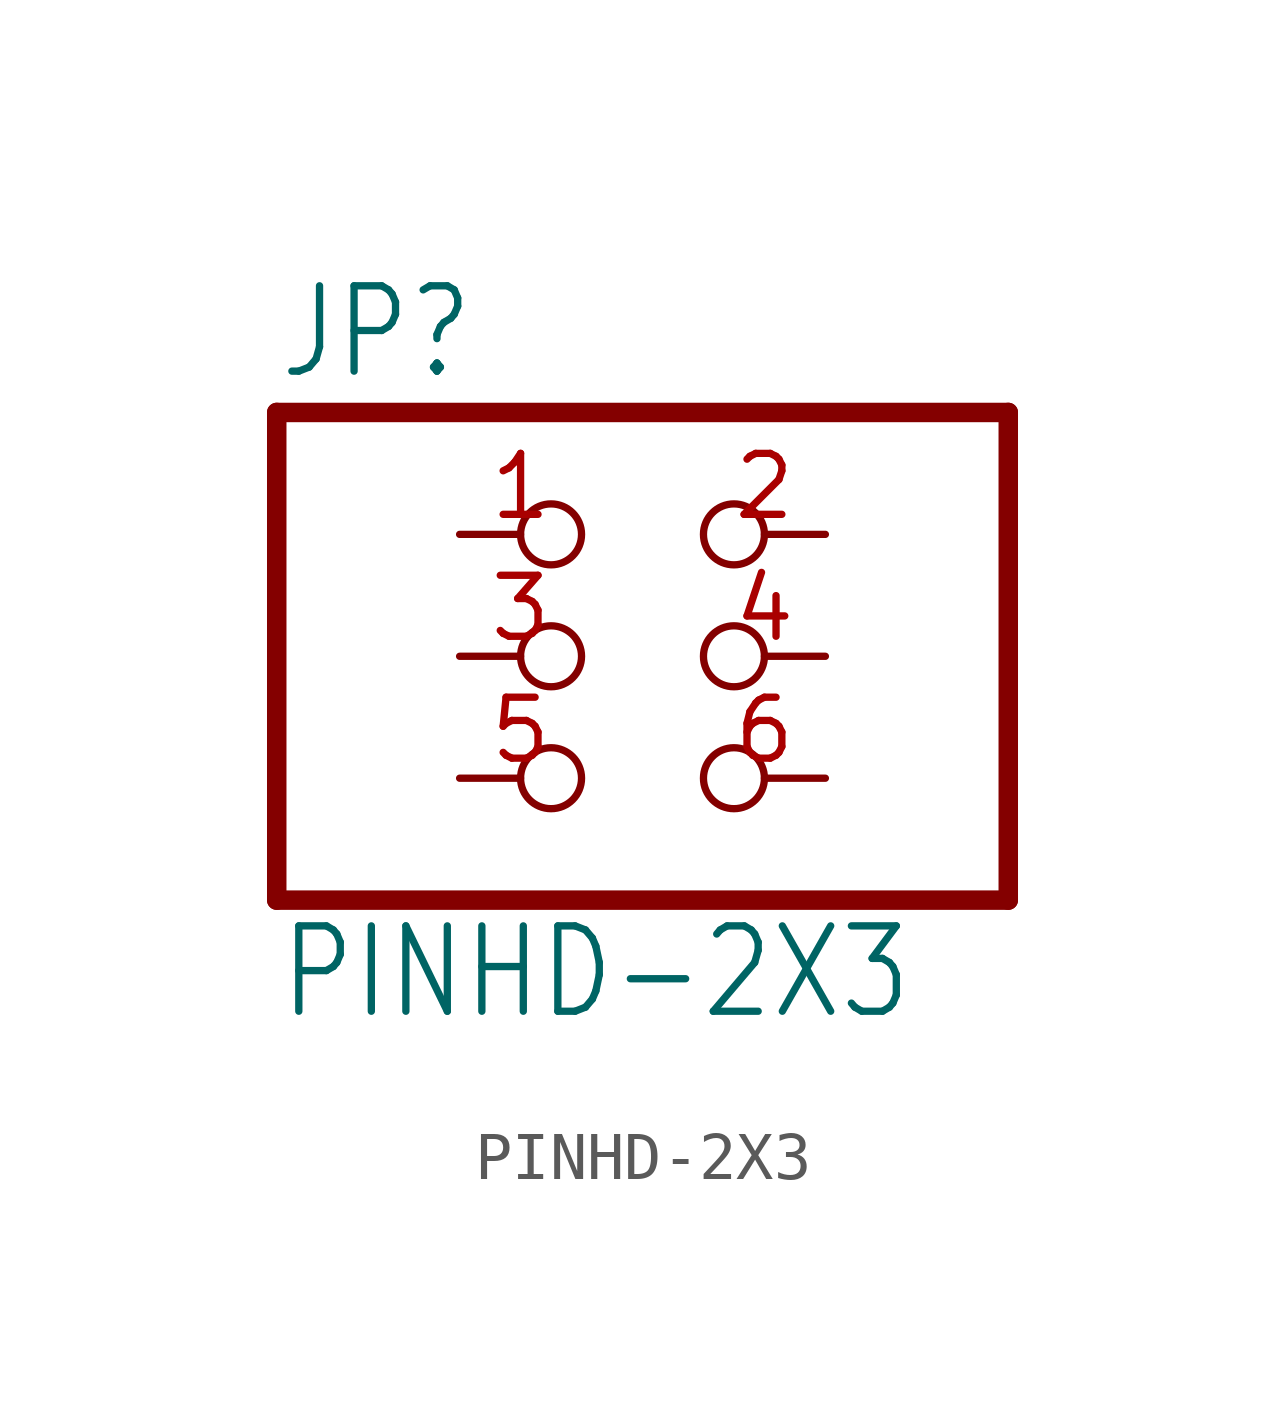
<source format=kicad_sym>
(kicad_symbol_lib
  (version 20211014)
  (generator kicad_symbol_editor)
  (symbol "PINHD-2X3"
    (property "Reference" "JP"
      (at -6.35 5.715 0)
      (effects (font (size 1.778 1.511)) (justify left bottom)))
    (property "Value" "PINHD-2X3"
      (at -6.35 -7.62 0)
      (effects (font (size 1.778 1.511)) (justify left bottom)))
    (property "ki_locked" ""
      (at 0 0 0)
      (effects (font (size 1.27 1.27))))
    (symbol "PINHD-2X3_1_0"
      (polyline (pts (xy -6.35 -5.08) (xy 8.89 -5.08)) (stroke (width 0.406) (type default) (color 0 0 0 0)) (fill (type none)))
      (polyline (pts (xy -6.35 5.08) (xy -6.35 -5.08)) (stroke (width 0.406) (type default) (color 0 0 0 0)) (fill (type none)))
      (polyline (pts (xy 8.89 -5.08) (xy 8.89 5.08)) (stroke (width 0.406) (type default) (color 0 0 0 0)) (fill (type none)))
      (polyline (pts (xy 8.89 5.08) (xy -6.35 5.08)) (stroke (width 0.406) (type default) (color 0 0 0 0)) (fill (type none)))
      (pin passive inverted (at -2.54 2.54 0) (length 2.54) (name "1" (effects (font (size 0 0)))) (number "1" (effects (font (size 1.27 1.27)))))
      (pin passive inverted (at 5.08 2.54 180) (length 2.54) (name "2" (effects (font (size 0 0)))) (number "2" (effects (font (size 1.27 1.27)))))
      (pin passive inverted (at -2.54 0 0) (length 2.54) (name "3" (effects (font (size 0 0)))) (number "3" (effects (font (size 1.27 1.27)))))
      (pin passive inverted (at 5.08 0 180) (length 2.54) (name "4" (effects (font (size 0 0)))) (number "4" (effects (font (size 1.27 1.27)))))
      (pin passive inverted (at -2.54 -2.54 0) (length 2.54) (name "5" (effects (font (size 0 0)))) (number "5" (effects (font (size 1.27 1.27)))))
      (pin passive inverted (at 5.08 -2.54 180) (length 2.54) (name "6" (effects (font (size 0 0)))) (number "6" (effects (font (size 1.27 1.27))))))))
</source>
